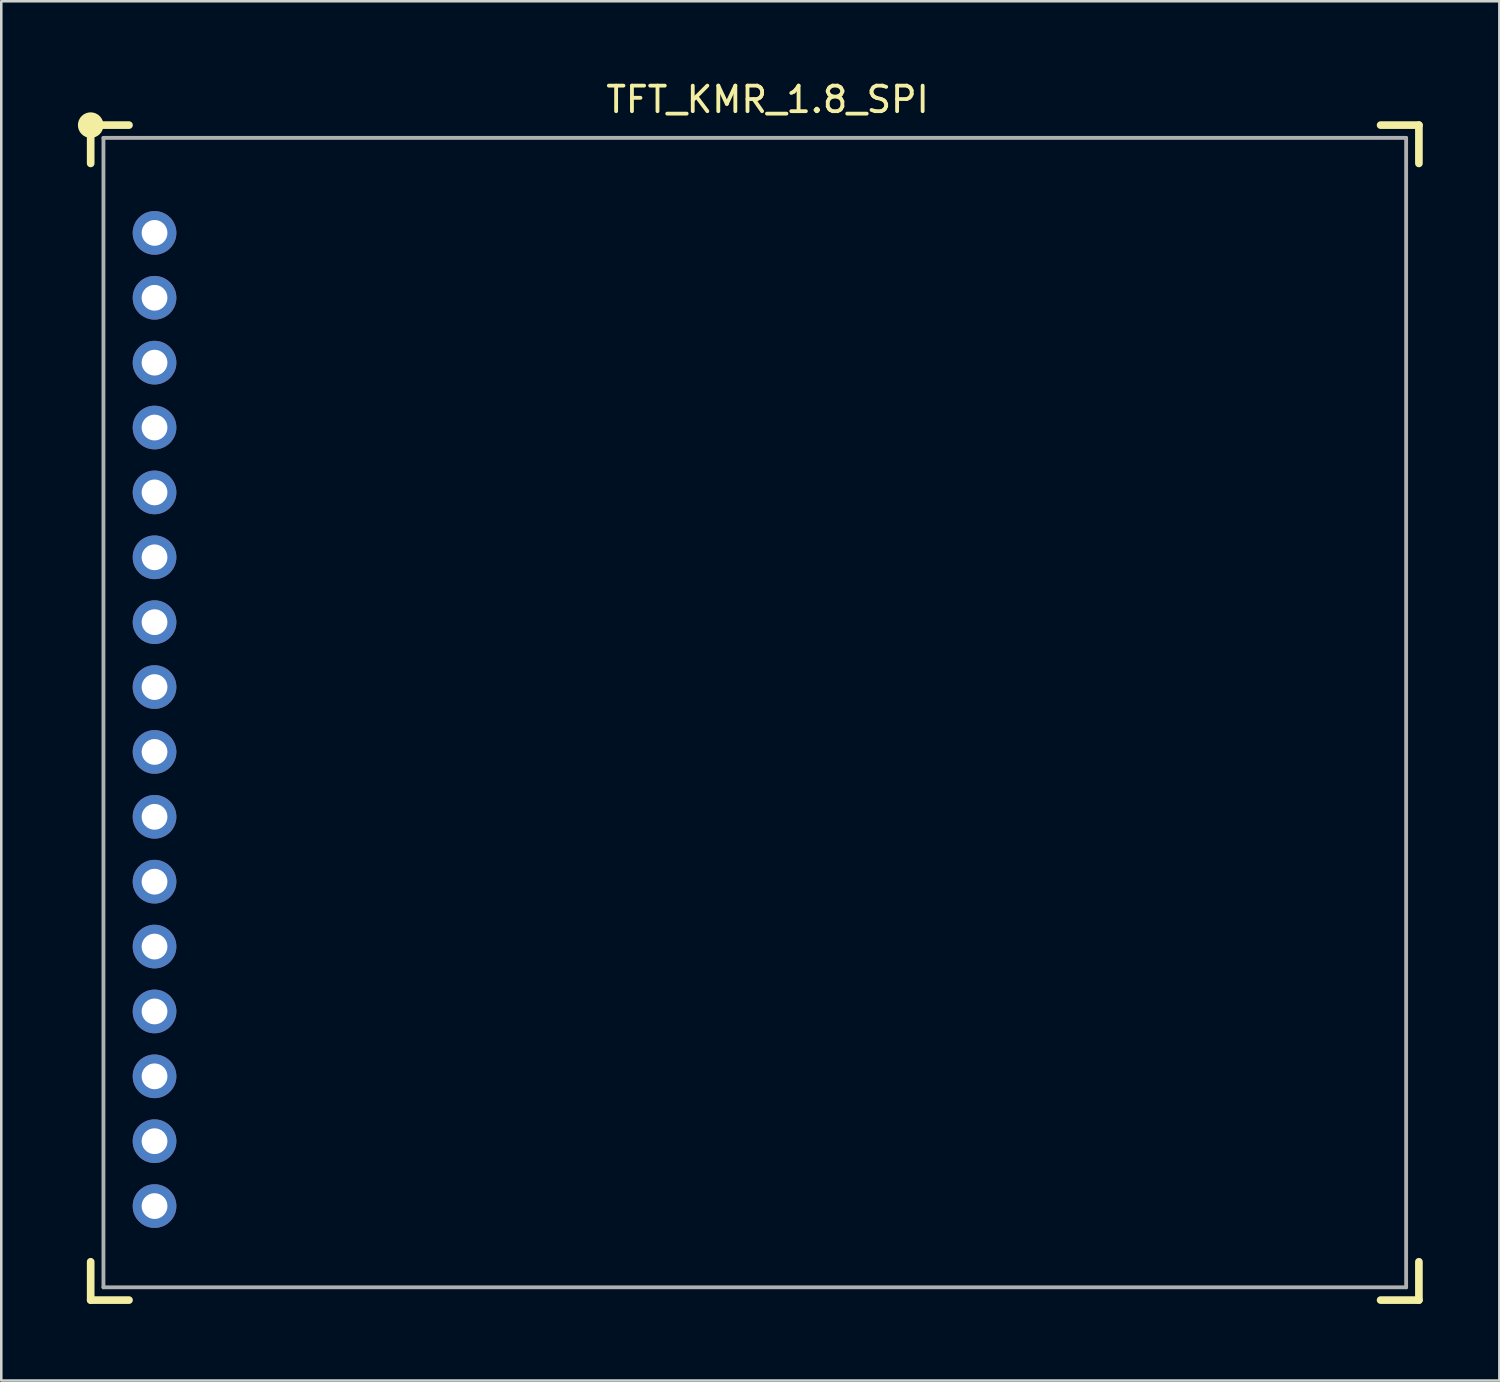
<source format=kicad_pcb>
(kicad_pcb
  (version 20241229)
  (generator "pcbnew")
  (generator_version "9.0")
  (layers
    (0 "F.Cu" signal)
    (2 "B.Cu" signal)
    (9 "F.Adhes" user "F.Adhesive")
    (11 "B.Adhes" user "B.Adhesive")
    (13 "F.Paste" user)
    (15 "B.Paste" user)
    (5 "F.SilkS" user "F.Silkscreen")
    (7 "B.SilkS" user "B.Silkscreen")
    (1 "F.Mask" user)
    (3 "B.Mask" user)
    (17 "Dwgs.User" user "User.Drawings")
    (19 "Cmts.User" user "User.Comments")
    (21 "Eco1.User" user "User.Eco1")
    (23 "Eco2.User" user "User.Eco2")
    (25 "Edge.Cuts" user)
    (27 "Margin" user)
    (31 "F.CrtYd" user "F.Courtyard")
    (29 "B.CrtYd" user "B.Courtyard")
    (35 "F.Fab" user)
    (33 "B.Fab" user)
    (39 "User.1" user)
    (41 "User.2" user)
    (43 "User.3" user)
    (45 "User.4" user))
  (footprint "TFT_KMR_1.8_SPI"
    (layer "F.Cu")
    (at 27 23.848)
    (property "Reference" "TFT_KMR_1.8_SPI" (at 0 -23 0) (layer "F.SilkS") (effects (font (size 1 1) (thickness 0.15))))
    (attr through_hole)
    (fp_line (start -26.5 -22) (end -26.5 -20.5) (stroke (width 0.3) (type solid)) (layer "F.SilkS"))
    (fp_line (start -26.5 -22) (end -25 -22) (stroke (width 0.3) (type solid)) (layer "F.SilkS"))
    (fp_line (start -26.5 22.5) (end -26.5 24) (stroke (width 0.3) (type solid)) (layer "F.SilkS"))
    (fp_line (start -26.5 24) (end -25 24) (stroke (width 0.3) (type solid)) (layer "F.SilkS"))
    (fp_line (start 24 -22) (end 25.5 -22) (stroke (width 0.3) (type solid)) (layer "F.SilkS"))
    (fp_line (start 24 24) (end 25.5 24) (stroke (width 0.3) (type solid)) (layer "F.SilkS"))
    (fp_line (start 25.5 -20.5) (end 25.5 -22) (stroke (width 0.3) (type solid)) (layer "F.SilkS"))
    (fp_line (start 25.5 22.5) (end 25.5 24) (stroke (width 0.3) (type solid)) (layer "F.SilkS"))
    (fp_circle (center -26.5 -22) (end -26.25 -22) (stroke (width 0.5) (type solid)) (fill no) (layer "F.SilkS"))
    (fp_line (start -26 -21.5) (end 25 -21.5) (stroke (width 0.15) (type solid)) (layer "F.Fab"))
    (fp_line (start -26 23.5) (end -26 -21.5) (stroke (width 0.15) (type solid)) (layer "F.Fab"))
    (fp_line (start 25 -21.5) (end 25 23.5) (stroke (width 0.15) (type solid)) (layer "F.Fab"))
    (fp_line (start 25 23.5) (end -26 23.5) (stroke (width 0.15) (type solid)) (layer "F.Fab"))
    (pad "1" thru_hole circle (at -24 -17.78) (size 1.71 1.71) (drill 1.01) (layers "*.Cu" "*.Mask"))
    (pad "2" thru_hole circle (at -24 -15.24) (size 1.71 1.71) (drill 1.01) (layers "*.Cu" "*.Mask"))
    (pad "3" thru_hole circle (at -24 -12.7) (size 1.71 1.71) (drill 1.01) (layers "*.Cu" "*.Mask"))
    (pad "4" thru_hole circle (at -24 -10.16) (size 1.71 1.71) (drill 1.01) (layers "*.Cu" "*.Mask"))
    (pad "5" thru_hole circle (at -24 -7.62) (size 1.71 1.71) (drill 1.01) (layers "*.Cu" "*.Mask"))
    (pad "6" thru_hole circle (at -24 -5.08) (size 1.71 1.71) (drill 1.01) (layers "*.Cu" "*.Mask"))
    (pad "7" thru_hole circle (at -24 -2.54) (size 1.71 1.71) (drill 1.01) (layers "*.Cu" "*.Mask"))
    (pad "8" thru_hole circle (at -24 0) (size 1.71 1.71) (drill 1.01) (layers "*.Cu" "*.Mask"))
    (pad "9" thru_hole circle (at -24 2.54) (size 1.71 1.71) (drill 1.01) (layers "*.Cu" "*.Mask"))
    (pad "10" thru_hole circle (at -24 5.08) (size 1.71 1.71) (drill 1.01) (layers "*.Cu" "*.Mask"))
    (pad "11" thru_hole circle (at -24 7.62) (size 1.71 1.71) (drill 1.01) (layers "*.Cu" "*.Mask"))
    (pad "12" thru_hole circle (at -24 10.16) (size 1.71 1.71) (drill 1.01) (layers "*.Cu" "*.Mask"))
    (pad "13" thru_hole circle (at -24 12.7) (size 1.71 1.71) (drill 1.01) (layers "*.Cu" "*.Mask"))
    (pad "14" thru_hole circle (at -24 15.24) (size 1.71 1.71) (drill 1.01) (layers "*.Cu" "*.Mask"))
    (pad "15" thru_hole circle (at -24 17.78) (size 1.71 1.71) (drill 1.01) (layers "*.Cu" "*.Mask"))
    (pad "16" thru_hole circle (at -24 20.32) (size 1.71 1.71) (drill 1.01) (layers "*.Cu" "*.Mask")))
  (gr_rect
    (start -3 -3)
    (end 55.65 50.998)
    (stroke (width 0.1) (type default))
    (fill no)
    (layer "Edge.Cuts")))
</source>
